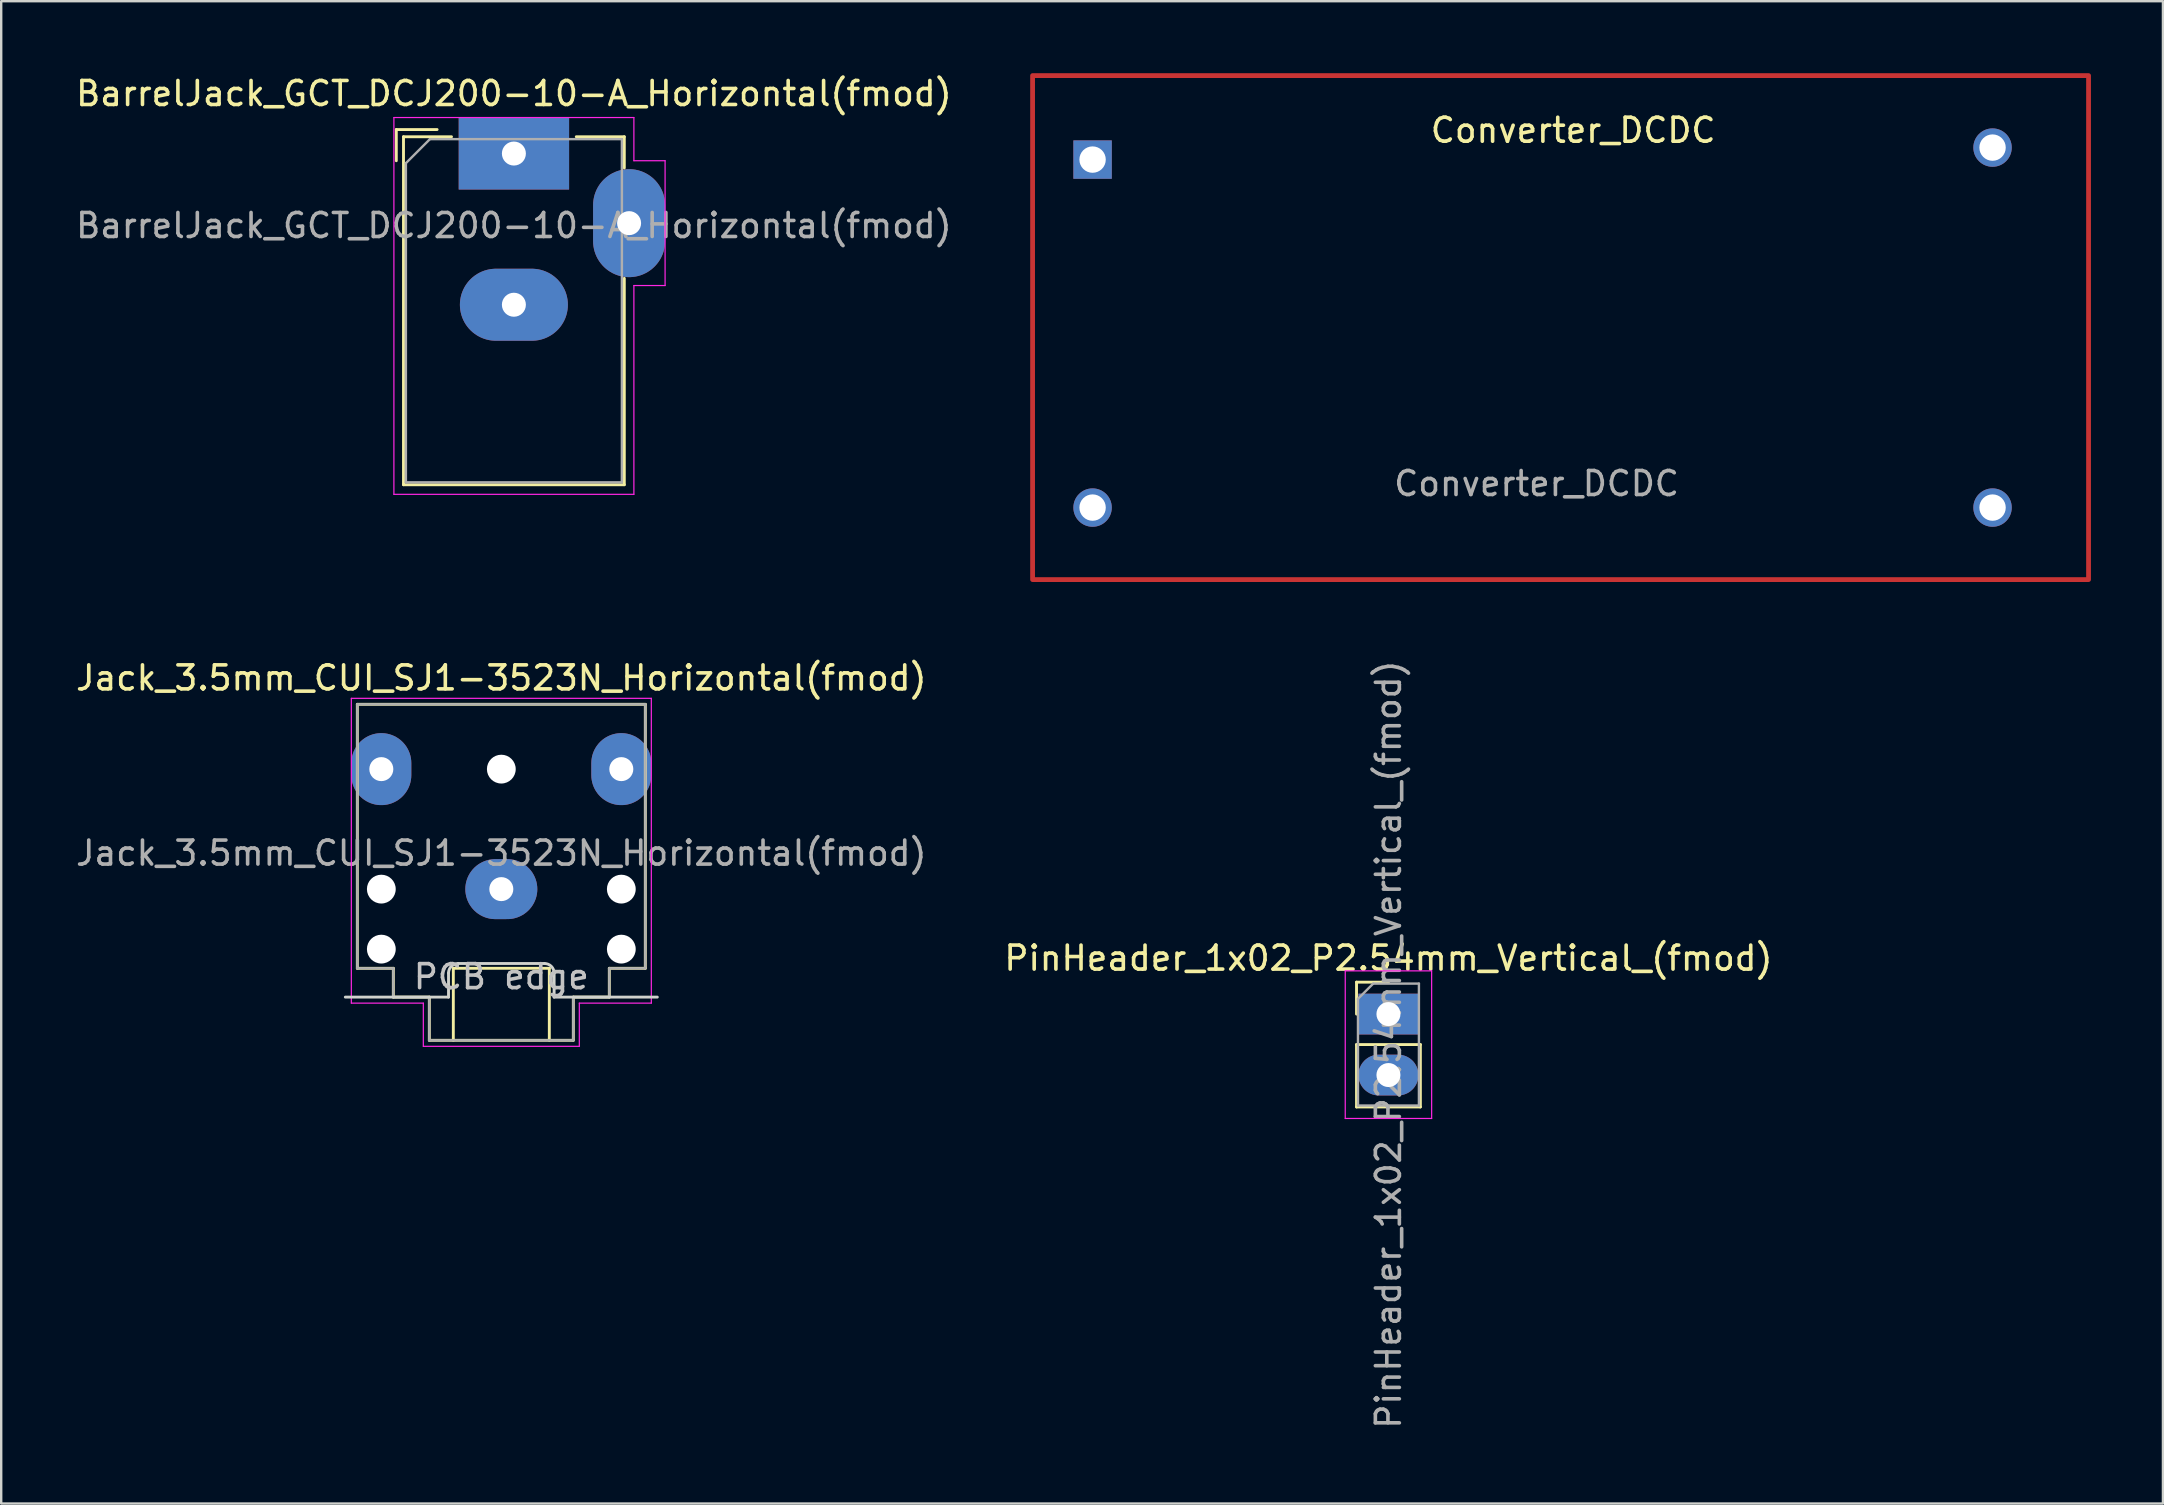
<source format=kicad_pcb>
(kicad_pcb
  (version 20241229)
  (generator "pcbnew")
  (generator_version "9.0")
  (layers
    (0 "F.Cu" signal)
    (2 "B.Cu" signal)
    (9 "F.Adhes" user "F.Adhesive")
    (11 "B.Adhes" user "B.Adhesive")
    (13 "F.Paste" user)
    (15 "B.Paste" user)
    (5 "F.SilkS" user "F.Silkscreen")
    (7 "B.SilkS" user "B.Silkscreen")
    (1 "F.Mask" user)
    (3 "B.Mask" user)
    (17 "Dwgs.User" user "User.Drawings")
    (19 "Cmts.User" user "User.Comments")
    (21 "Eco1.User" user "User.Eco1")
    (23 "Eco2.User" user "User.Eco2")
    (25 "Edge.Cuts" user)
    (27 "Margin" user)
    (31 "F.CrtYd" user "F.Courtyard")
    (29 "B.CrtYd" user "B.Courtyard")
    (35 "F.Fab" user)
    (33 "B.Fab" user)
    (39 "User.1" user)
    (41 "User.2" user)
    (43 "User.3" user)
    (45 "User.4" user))
  (footprint "Converter_DCDC"
    (layer "F.Cu")
    (at 39.976 21.1)
    (property "Reference" "Converter_DCDC" (at 22.525 -18.72 0) (layer "F.SilkS") (effects (font (size 1 1) (thickness 0.15))))
    (attr through_hole)
    (fp_rect (start 0 -21) (end 44 0) (stroke (width 0.2) (type default)) (fill no) (layer "F.Cu"))
    (fp_text user "${REFERENCE}" (at 21 -4 0) (layer "F.Fab") (effects (font (size 1 1) (thickness 0.15))))
    (pad "1" thru_hole rect (at 2.5 -17.5) (size 1.6 1.6) (drill 1.1) (layers "*.Cu" "*.Mask"))
    (pad "2" thru_hole circle (at 2.5 -3) (size 1.6 1.6) (drill 1.1) (layers "*.Cu" "*.Mask"))
    (pad "3" thru_hole circle (at 40 -18) (size 1.6 1.6) (drill 1.1) (layers "*.Cu" "*.Mask"))
    (pad "4" thru_hole circle (at 40 -3) (size 1.6 1.6) (drill 1.1) (layers "*.Cu" "*.Mask")))
  (footprint "PinHeader_1x02_P2.54mm_Vertical_(fmod)"
    (layer "F.Cu")
    (at 54.804 39.205)
    (property "Reference" "PinHeader_1x02_P2.54mm_Vertical_(fmod)" (at 0 -2.33 0) (layer "F.SilkS") (effects (font (size 1 1) (thickness 0.15))))
    (attr through_hole)
    (fp_line (start -1.33 -1.33) (end 0 -1.33) (stroke (width 0.12) (type solid)) (layer "F.SilkS"))
    (fp_line (start -1.33 0) (end -1.33 -1.33) (stroke (width 0.12) (type solid)) (layer "F.SilkS"))
    (fp_line (start -1.33 1.27) (end -1.33 3.87) (stroke (width 0.12) (type solid)) (layer "F.SilkS"))
    (fp_line (start -1.33 1.27) (end 1.33 1.27) (stroke (width 0.12) (type solid)) (layer "F.SilkS"))
    (fp_line (start -1.33 3.87) (end 1.33 3.87) (stroke (width 0.12) (type solid)) (layer "F.SilkS"))
    (fp_line (start 1.33 1.27) (end 1.33 3.87) (stroke (width 0.12) (type solid)) (layer "F.SilkS"))
    (fp_line (start -1.8 -1.8) (end -1.8 4.35) (stroke (width 0.05) (type solid)) (layer "F.CrtYd"))
    (fp_line (start -1.8 4.35) (end 1.8 4.35) (stroke (width 0.05) (type solid)) (layer "F.CrtYd"))
    (fp_line (start 1.8 -1.8) (end -1.8 -1.8) (stroke (width 0.05) (type solid)) (layer "F.CrtYd"))
    (fp_line (start 1.8 4.35) (end 1.8 -1.8) (stroke (width 0.05) (type solid)) (layer "F.CrtYd"))
    (fp_line (start -1.27 -0.635) (end -0.635 -1.27) (stroke (width 0.1) (type solid)) (layer "F.Fab"))
    (fp_line (start -1.27 3.81) (end -1.27 -0.635) (stroke (width 0.1) (type solid)) (layer "F.Fab"))
    (fp_line (start -0.635 -1.27) (end 1.27 -1.27) (stroke (width 0.1) (type solid)) (layer "F.Fab"))
    (fp_line (start 1.27 -1.27) (end 1.27 3.81) (stroke (width 0.1) (type solid)) (layer "F.Fab"))
    (fp_line (start 1.27 3.81) (end -1.27 3.81) (stroke (width 0.1) (type solid)) (layer "F.Fab"))
    (fp_text user "${REFERENCE}" (at 0 1.27 90) (layer "F.Fab") (effects (font (size 1 1) (thickness 0.15))))
    (pad "1" thru_hole rect (at 0 0) (size 2.5 1.7) (drill 1) (layers "*.Cu" "*.Mask"))
    (pad "2" thru_hole oval (at 0 2.54) (size 2.5 1.7) (drill 1) (layers "*.Cu" "*.Mask")))
  (footprint "BarrelJack_GCT_DCJ200-10-A_Horizontal(fmod)"
    (layer "F.Cu")
    (at 18.363 3.348)
    (property "Reference" "BarrelJack_GCT_DCJ200-10-A_Horizontal(fmod)" (at 0 -2.5 180) (layer "F.SilkS") (effects (font (size 1 1) (thickness 0.15))))
    (attr through_hole)
    (fp_line (start -4.9 -1) (end -4.9 0.3) (stroke (width 0.12) (type solid)) (layer "F.SilkS"))
    (fp_line (start -4.6 -0.7) (end -2.6 -0.7) (stroke (width 0.12) (type solid)) (layer "F.SilkS"))
    (fp_line (start -4.6 13.8) (end -4.6 -0.7) (stroke (width 0.12) (type solid)) (layer "F.SilkS"))
    (fp_line (start -3.2 -1) (end -4.9 -1) (stroke (width 0.12) (type solid)) (layer "F.SilkS"))
    (fp_line (start 2.6 -0.7) (end 4.6 -0.7) (stroke (width 0.12) (type solid)) (layer "F.SilkS"))
    (fp_line (start 4.6 -0.7) (end 4.6 0.6) (stroke (width 0.12) (type solid)) (layer "F.SilkS"))
    (fp_line (start 4.6 5.2) (end 4.6 13.8) (stroke (width 0.12) (type solid)) (layer "F.SilkS"))
    (fp_line (start 4.6 13.8) (end -4.6 13.8) (stroke (width 0.12) (type solid)) (layer "F.SilkS"))
    (fp_line (start -5 -1.5) (end -5 14.2) (stroke (width 0.05) (type solid)) (layer "F.CrtYd"))
    (fp_line (start -5 14.2) (end 5 14.2) (stroke (width 0.05) (type solid)) (layer "F.CrtYd"))
    (fp_line (start 5 -1.5) (end -5 -1.5) (stroke (width 0.05) (type solid)) (layer "F.CrtYd"))
    (fp_line (start 5 0.3) (end 5 -1.5) (stroke (width 0.05) (type solid)) (layer "F.CrtYd"))
    (fp_line (start 5 14.2) (end 5 5.5) (stroke (width 0.05) (type solid)) (layer "F.CrtYd"))
    (fp_line (start 6.3 0.3) (end 5 0.3) (stroke (width 0.05) (type solid)) (layer "F.CrtYd"))
    (fp_line (start 6.3 0.3) (end 6.3 5.5) (stroke (width 0.05) (type solid)) (layer "F.CrtYd"))
    (fp_line (start 6.3 5.5) (end 5 5.5) (stroke (width 0.05) (type solid)) (layer "F.CrtYd"))
    (fp_line (start -4.5 0.4) (end -3.5 -0.6) (stroke (width 0.1) (type solid)) (layer "F.Fab"))
    (fp_line (start -4.5 13.7) (end -4.5 0.4) (stroke (width 0.1) (type solid)) (layer "F.Fab"))
    (fp_line (start 4.5 -0.6) (end -3.5 -0.6) (stroke (width 0.1) (type solid)) (layer "F.Fab"))
    (fp_line (start 4.5 -0.6) (end 4.5 13.7) (stroke (width 0.1) (type solid)) (layer "F.Fab"))
    (fp_line (start 4.5 13.7) (end -4.5 13.7) (stroke (width 0.1) (type solid)) (layer "F.Fab"))
    (fp_text user "${REFERENCE}" (at 0 3 180) (layer "F.Fab") (effects (font (size 1 1) (thickness 0.15))))
    (pad "1" thru_hole rect (at 0 0) (size 4.6 3) (drill 1) (layers "*.Cu" "*.Mask"))
    (pad "2" thru_hole oval (at 0 6.3) (size 4.5 3) (drill 1) (layers "*.Cu" "*.Mask"))
    (pad "3" thru_hole oval (at 4.8 2.9) (size 3 4.5) (drill 1) (layers "*.Cu" "*.Mask")))
  (footprint "Jack_3.5mm_CUI_SJ1-3523N_Horizontal(fmod)"
    (layer "F.Cu")
    (at 17.839 33.998)
    (property "Reference" "Jack_3.5mm_CUI_SJ1-3523N_Horizontal(fmod)" (at 0 -8.8 180) (layer "F.SilkS") (effects (font (size 1 1) (thickness 0.15))))
    (attr through_hole exclude_from_pos_files)
    (fp_line (start -6 -7.7) (end 6 -7.7) (stroke (width 0.12) (type solid)) (layer "F.SilkS"))
    (fp_line (start -6 3.3) (end -6 -7.7) (stroke (width 0.12) (type solid)) (layer "F.SilkS"))
    (fp_line (start -4.5 3.3) (end -6 3.3) (stroke (width 0.12) (type solid)) (layer "F.SilkS"))
    (fp_line (start -4.5 4.5) (end -4.5 3.3) (stroke (width 0.12) (type solid)) (layer "F.SilkS"))
    (fp_line (start -3 4.5) (end -4.5 4.5) (stroke (width 0.12) (type solid)) (layer "F.SilkS"))
    (fp_line (start -3 6.3) (end -3 4.5) (stroke (width 0.12) (type solid)) (layer "F.SilkS"))
    (fp_line (start -2 3.3) (end -2 6.3) (stroke (width 0.12) (type solid)) (layer "F.SilkS"))
    (fp_line (start 2 3.3) (end -2 3.3) (stroke (width 0.12) (type solid)) (layer "F.SilkS"))
    (fp_line (start 2 6.3) (end 2 3.3) (stroke (width 0.12) (type solid)) (layer "F.SilkS"))
    (fp_line (start 3 4.5) (end 3 6.3) (stroke (width 0.12) (type solid)) (layer "F.SilkS"))
    (fp_line (start 3 6.3) (end -3 6.3) (stroke (width 0.12) (type solid)) (layer "F.SilkS"))
    (fp_line (start 4.5 3.3) (end 4.5 4.5) (stroke (width 0.12) (type solid)) (layer "F.SilkS"))
    (fp_line (start 4.5 4.5) (end 3 4.5) (stroke (width 0.12) (type solid)) (layer "F.SilkS"))
    (fp_line (start 6 -7.7) (end 6 3.3) (stroke (width 0.12) (type solid)) (layer "F.SilkS"))
    (fp_line (start 6 3.3) (end 4.5 3.3) (stroke (width 0.12) (type solid)) (layer "F.SilkS"))
    (fp_line (start -2.2 3.5) (end -2.2 4.5) (stroke (width 0.12) (type solid)) (layer "Edge.Cuts"))
    (fp_line (start -2.2 4.5) (end -6.5 4.5) (stroke (width 0.12) (type solid)) (layer "Edge.Cuts"))
    (fp_line (start 1.8 3.1) (end -1.8 3.1) (stroke (width 0.12) (type solid)) (layer "Edge.Cuts"))
    (fp_line (start 2.2 3.5) (end 2.2 4.5) (stroke (width 0.12) (type solid)) (layer "Edge.Cuts"))
    (fp_line (start 2.2 4.5) (end 6.5 4.5) (stroke (width 0.12) (type solid)) (layer "Edge.Cuts"))
    (fp_arc (start -2.2 3.5) (mid -2.082843 3.217158) (end -1.8 3.1) (stroke (width 0.12) (type solid)) (layer "Edge.Cuts"))
    (fp_arc (start 1.8 3.1) (mid 2.082843 3.217157) (end 2.2 3.5) (stroke (width 0.12) (type solid)) (layer "Edge.Cuts"))
    (fp_line (start -6.25 -7.95) (end -6.25 4.75) (stroke (width 0.05) (type solid)) (layer "F.CrtYd"))
    (fp_line (start -6.25 4.75) (end -3.25 4.75) (stroke (width 0.05) (type solid)) (layer "F.CrtYd"))
    (fp_line (start -3.25 4.75) (end -3.25 6.55) (stroke (width 0.05) (type solid)) (layer "F.CrtYd"))
    (fp_line (start -3.25 6.55) (end 3.25 6.55) (stroke (width 0.05) (type solid)) (layer "F.CrtYd"))
    (fp_line (start 3.25 4.75) (end 6.25 4.75) (stroke (width 0.05) (type solid)) (layer "F.CrtYd"))
    (fp_line (start 3.25 6.55) (end 3.25 4.75) (stroke (width 0.05) (type solid)) (layer "F.CrtYd"))
    (fp_line (start 6.25 -7.95) (end -6.25 -7.95) (stroke (width 0.05) (type solid)) (layer "F.CrtYd"))
    (fp_line (start 6.25 4.5) (end 6.25 -7.95) (stroke (width 0.05) (type solid)) (layer "F.CrtYd"))
    (fp_line (start 6.25 4.75) (end 6.25 4.5) (stroke (width 0.05) (type solid)) (layer "F.CrtYd"))
    (fp_line (start -6 -7.7) (end 6 -7.7) (stroke (width 0.1) (type solid)) (layer "F.Fab"))
    (fp_line (start -6 3.3) (end -6 -7.7) (stroke (width 0.1) (type solid)) (layer "F.Fab"))
    (fp_line (start -4.5 3.3) (end -6 3.3) (stroke (width 0.1) (type solid)) (layer "F.Fab"))
    (fp_line (start -4.5 4.5) (end -4.5 3.3) (stroke (width 0.1) (type solid)) (layer "F.Fab"))
    (fp_line (start -4.5 4.5) (end -3 4.5) (stroke (width 0.1) (type solid)) (layer "F.Fab"))
    (fp_line (start -3 4.5) (end -3 6.3) (stroke (width 0.1) (type solid)) (layer "F.Fab"))
    (fp_line (start -3 6.3) (end 3 6.3) (stroke (width 0.1) (type solid)) (layer "F.Fab"))
    (fp_line (start 3 4.5) (end 3 6.3) (stroke (width 0.1) (type solid)) (layer "F.Fab"))
    (fp_line (start 4.5 3.3) (end 6 3.3) (stroke (width 0.1) (type solid)) (layer "F.Fab"))
    (fp_line (start 4.5 4.5) (end 3 4.5) (stroke (width 0.1) (type solid)) (layer "F.Fab"))
    (fp_line (start 4.5 4.5) (end 4.5 3.3) (stroke (width 0.1) (type solid)) (layer "F.Fab"))
    (fp_line (start 6 3.3) (end 6 -7.7) (stroke (width 0.1) (type solid)) (layer "F.Fab"))
    (fp_text user "PCB edge" (at 0 3.65 0) (unlocked yes) (layer "Dwgs.User") (effects (font (size 1 1) (thickness 0.15))))
    (fp_text user "${REFERENCE}" (at 0 -1.5 180) (layer "F.Fab") (effects (font (size 1 1) (thickness 0.15))))
    (pad "" np_thru_hole circle (at -5 0) (size 1.2 1.2) (drill 1.2) (layers "*.Cu" "*.Mask"))
    (pad "" np_thru_hole circle (at -5 2.5) (size 1.2 1.2) (drill 1.2) (layers "*.Cu" "*.Mask"))
    (pad "" np_thru_hole circle (at 0 -5) (size 1.2 1.2) (drill 1.2) (layers "*.Cu" "*.Mask"))
    (pad "" np_thru_hole circle (at 5 0) (size 1.2 1.2) (drill 1.2) (layers "*.Cu" "*.Mask"))
    (pad "" np_thru_hole circle (at 5 2.5) (size 1.2 1.2) (drill 1.2) (layers "*.Cu" "*.Mask"))
    (pad "R" thru_hole oval (at -5 -5) (size 2.5 3) (drill 1) (layers "*.Cu" "*.Mask"))
    (pad "S" thru_hole oval (at 0 0) (size 3 2.5) (drill 1) (layers "*.Cu" "*.Mask"))
    (pad "T" thru_hole oval (at 5 -5 180) (size 2.5 3) (drill 1) (layers "*.Cu" "*.Mask")))
  (gr_rect
    (start -3 -3)
    (end 87.076 59.6)
    (stroke (width 0.1) (type default))
    (fill no)
    (layer "Edge.Cuts")))
</source>
